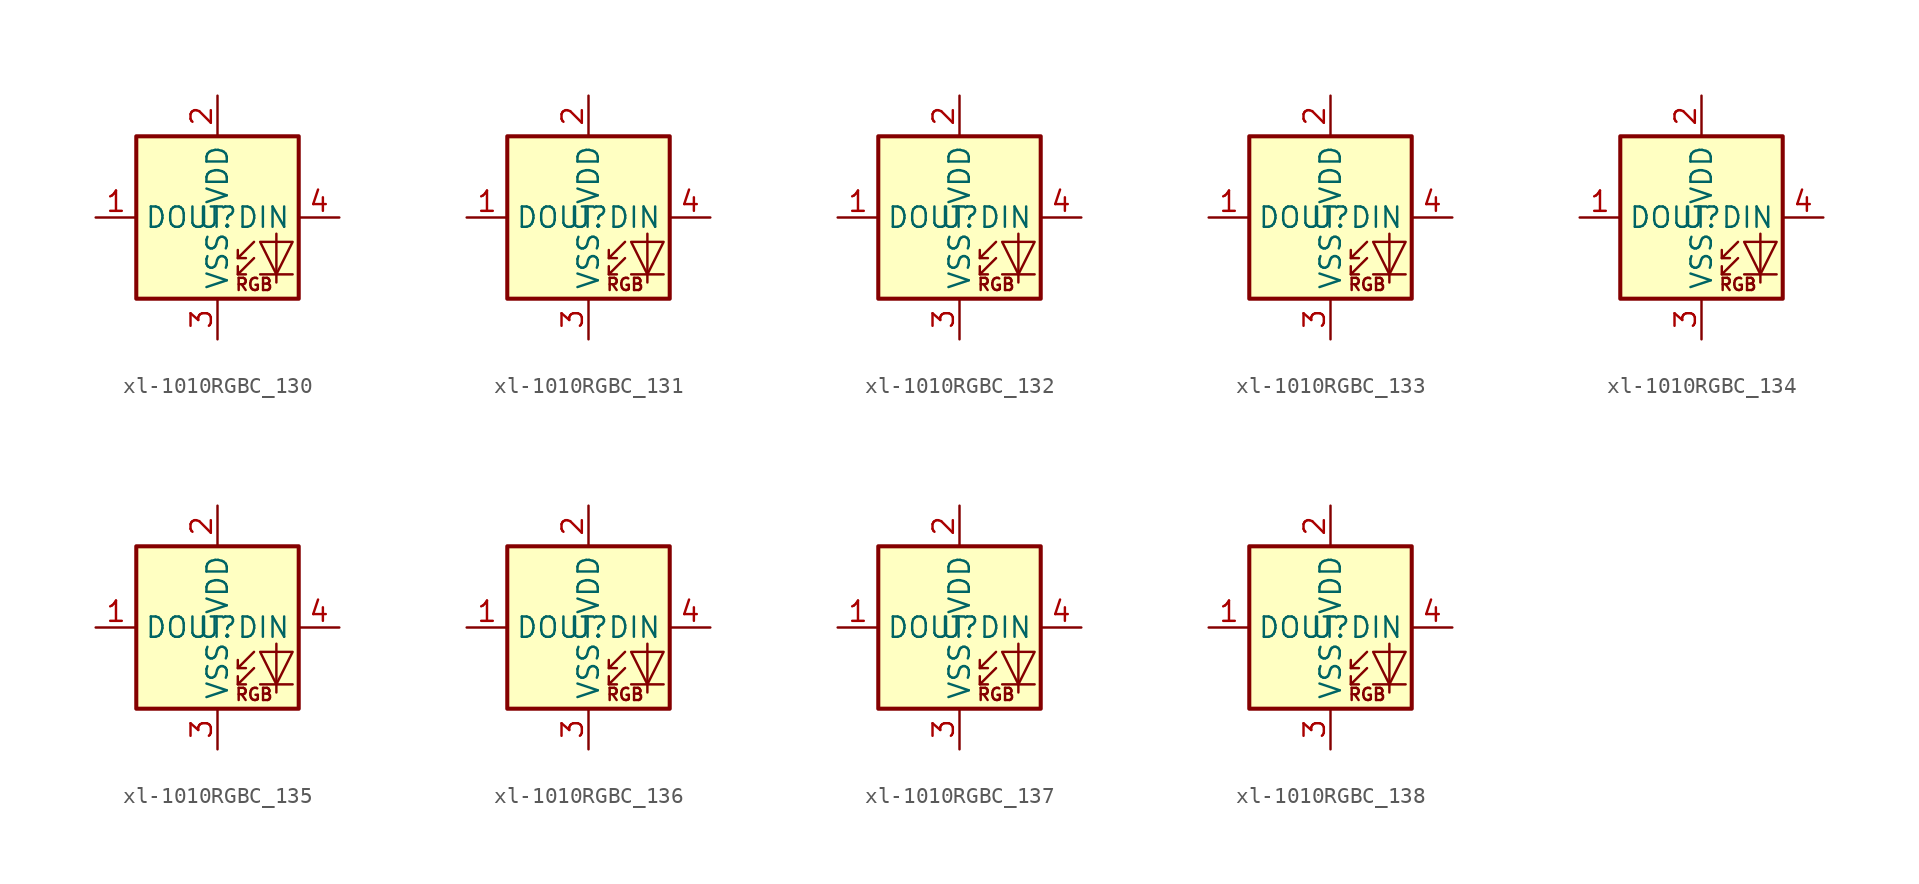
<source format=kicad_sym>
(kicad_symbol_lib
  (version 20231120)
  (generator "kicad_symbol_editor")
  (generator_version "8.0")
  (symbol "xl-1010RGBC_130"
    (property "Reference" "U"
      (at 0 0 0)
      (effects (font (size 1.27 1.27))))
    (property "Value" ""
      (at 0 0 0)
      (effects (font (size 1.27 1.27))))
    (symbol "xl-1010RGBC_130_0_0"
      (text "RGB" (at 2.286 -4.191 0) (effects (font (size 0.762 0.762)))))
    (symbol "xl-1010RGBC_130_0_1"
      (polyline (pts (xy 1.27 -3.556) (xy 1.778 -3.556)) (stroke (width 0) (type default)) (fill (type none)))
      (polyline (pts (xy 1.27 -2.54) (xy 1.778 -2.54)) (stroke (width 0) (type default)) (fill (type none)))
      (polyline (pts (xy 4.699 -3.556) (xy 2.667 -3.556)) (stroke (width 0) (type default)) (fill (type none)))
      (polyline (pts (xy 2.286 -2.54) (xy 1.27 -3.556) (xy 1.27 -3.048)) (stroke (width 0) (type default)) (fill (type none)))
      (polyline (pts (xy 2.286 -1.524) (xy 1.27 -2.54) (xy 1.27 -2.032)) (stroke (width 0) (type default)) (fill (type none)))
      (polyline (pts (xy 3.683 -1.016) (xy 3.683 -3.556) (xy 3.683 -4.064)) (stroke (width 0) (type default)) (fill (type none)))
      (polyline (pts (xy 4.699 -1.524) (xy 2.667 -1.524) (xy 3.683 -3.556) (xy 4.699 -1.524)) (stroke (width 0) (type default)) (fill (type none)))
      (rectangle (start 5.08 5.08) (end -5.08 -5.08) (stroke (width 0.254) (type default)) (fill (type background))))
    (symbol "xl-1010RGBC_130_1_1"
      (pin output line (at -7.62 0 0) (length 2.54) (name "DOUT" (effects (font (size 1.27 1.27)))) (number "1" (effects (font (size 1.27 1.27)))))
      (pin power_in line (at 0 7.62 270) (length 2.54) (name "VDD" (effects (font (size 1.27 1.27)))) (number "2" (effects (font (size 1.27 1.27)))))
      (pin power_in line (at 0 -7.62 90) (length 2.54) (name "VSS" (effects (font (size 1.27 1.27)))) (number "3" (effects (font (size 1.27 1.27)))))
      (pin input line (at 7.62 0 180) (length 2.54) (name "DIN" (effects (font (size 1.27 1.27)))) (number "4" (effects (font (size 1.27 1.27)))))))
  (symbol "xl-1010RGBC_131"
    (property "Reference" "U"
      (at 0 0 0)
      (effects (font (size 1.27 1.27))))
    (property "Value" ""
      (at 0 0 0)
      (effects (font (size 1.27 1.27))))
    (symbol "xl-1010RGBC_131_0_0"
      (text "RGB" (at 2.286 -4.191 0) (effects (font (size 0.762 0.762)))))
    (symbol "xl-1010RGBC_131_0_1"
      (polyline (pts (xy 1.27 -3.556) (xy 1.778 -3.556)) (stroke (width 0) (type default)) (fill (type none)))
      (polyline (pts (xy 1.27 -2.54) (xy 1.778 -2.54)) (stroke (width 0) (type default)) (fill (type none)))
      (polyline (pts (xy 4.699 -3.556) (xy 2.667 -3.556)) (stroke (width 0) (type default)) (fill (type none)))
      (polyline (pts (xy 2.286 -2.54) (xy 1.27 -3.556) (xy 1.27 -3.048)) (stroke (width 0) (type default)) (fill (type none)))
      (polyline (pts (xy 2.286 -1.524) (xy 1.27 -2.54) (xy 1.27 -2.032)) (stroke (width 0) (type default)) (fill (type none)))
      (polyline (pts (xy 3.683 -1.016) (xy 3.683 -3.556) (xy 3.683 -4.064)) (stroke (width 0) (type default)) (fill (type none)))
      (polyline (pts (xy 4.699 -1.524) (xy 2.667 -1.524) (xy 3.683 -3.556) (xy 4.699 -1.524)) (stroke (width 0) (type default)) (fill (type none)))
      (rectangle (start 5.08 5.08) (end -5.08 -5.08) (stroke (width 0.254) (type default)) (fill (type background))))
    (symbol "xl-1010RGBC_131_1_1"
      (pin output line (at -7.62 0 0) (length 2.54) (name "DOUT" (effects (font (size 1.27 1.27)))) (number "1" (effects (font (size 1.27 1.27)))))
      (pin power_in line (at 0 7.62 270) (length 2.54) (name "VDD" (effects (font (size 1.27 1.27)))) (number "2" (effects (font (size 1.27 1.27)))))
      (pin power_in line (at 0 -7.62 90) (length 2.54) (name "VSS" (effects (font (size 1.27 1.27)))) (number "3" (effects (font (size 1.27 1.27)))))
      (pin input line (at 7.62 0 180) (length 2.54) (name "DIN" (effects (font (size 1.27 1.27)))) (number "4" (effects (font (size 1.27 1.27)))))))
  (symbol "xl-1010RGBC_132"
    (property "Reference" "U"
      (at 0 0 0)
      (effects (font (size 1.27 1.27))))
    (property "Value" ""
      (at 0 0 0)
      (effects (font (size 1.27 1.27))))
    (symbol "xl-1010RGBC_132_0_0"
      (text "RGB" (at 2.286 -4.191 0) (effects (font (size 0.762 0.762)))))
    (symbol "xl-1010RGBC_132_0_1"
      (polyline (pts (xy 1.27 -3.556) (xy 1.778 -3.556)) (stroke (width 0) (type default)) (fill (type none)))
      (polyline (pts (xy 1.27 -2.54) (xy 1.778 -2.54)) (stroke (width 0) (type default)) (fill (type none)))
      (polyline (pts (xy 4.699 -3.556) (xy 2.667 -3.556)) (stroke (width 0) (type default)) (fill (type none)))
      (polyline (pts (xy 2.286 -2.54) (xy 1.27 -3.556) (xy 1.27 -3.048)) (stroke (width 0) (type default)) (fill (type none)))
      (polyline (pts (xy 2.286 -1.524) (xy 1.27 -2.54) (xy 1.27 -2.032)) (stroke (width 0) (type default)) (fill (type none)))
      (polyline (pts (xy 3.683 -1.016) (xy 3.683 -3.556) (xy 3.683 -4.064)) (stroke (width 0) (type default)) (fill (type none)))
      (polyline (pts (xy 4.699 -1.524) (xy 2.667 -1.524) (xy 3.683 -3.556) (xy 4.699 -1.524)) (stroke (width 0) (type default)) (fill (type none)))
      (rectangle (start 5.08 5.08) (end -5.08 -5.08) (stroke (width 0.254) (type default)) (fill (type background))))
    (symbol "xl-1010RGBC_132_1_1"
      (pin output line (at -7.62 0 0) (length 2.54) (name "DOUT" (effects (font (size 1.27 1.27)))) (number "1" (effects (font (size 1.27 1.27)))))
      (pin power_in line (at 0 7.62 270) (length 2.54) (name "VDD" (effects (font (size 1.27 1.27)))) (number "2" (effects (font (size 1.27 1.27)))))
      (pin power_in line (at 0 -7.62 90) (length 2.54) (name "VSS" (effects (font (size 1.27 1.27)))) (number "3" (effects (font (size 1.27 1.27)))))
      (pin input line (at 7.62 0 180) (length 2.54) (name "DIN" (effects (font (size 1.27 1.27)))) (number "4" (effects (font (size 1.27 1.27)))))))
  (symbol "xl-1010RGBC_133"
    (property "Reference" "U"
      (at 0 0 0)
      (effects (font (size 1.27 1.27))))
    (property "Value" ""
      (at 0 0 0)
      (effects (font (size 1.27 1.27))))
    (symbol "xl-1010RGBC_133_0_0"
      (text "RGB" (at 2.286 -4.191 0) (effects (font (size 0.762 0.762)))))
    (symbol "xl-1010RGBC_133_0_1"
      (polyline (pts (xy 1.27 -3.556) (xy 1.778 -3.556)) (stroke (width 0) (type default)) (fill (type none)))
      (polyline (pts (xy 1.27 -2.54) (xy 1.778 -2.54)) (stroke (width 0) (type default)) (fill (type none)))
      (polyline (pts (xy 4.699 -3.556) (xy 2.667 -3.556)) (stroke (width 0) (type default)) (fill (type none)))
      (polyline (pts (xy 2.286 -2.54) (xy 1.27 -3.556) (xy 1.27 -3.048)) (stroke (width 0) (type default)) (fill (type none)))
      (polyline (pts (xy 2.286 -1.524) (xy 1.27 -2.54) (xy 1.27 -2.032)) (stroke (width 0) (type default)) (fill (type none)))
      (polyline (pts (xy 3.683 -1.016) (xy 3.683 -3.556) (xy 3.683 -4.064)) (stroke (width 0) (type default)) (fill (type none)))
      (polyline (pts (xy 4.699 -1.524) (xy 2.667 -1.524) (xy 3.683 -3.556) (xy 4.699 -1.524)) (stroke (width 0) (type default)) (fill (type none)))
      (rectangle (start 5.08 5.08) (end -5.08 -5.08) (stroke (width 0.254) (type default)) (fill (type background))))
    (symbol "xl-1010RGBC_133_1_1"
      (pin output line (at -7.62 0 0) (length 2.54) (name "DOUT" (effects (font (size 1.27 1.27)))) (number "1" (effects (font (size 1.27 1.27)))))
      (pin power_in line (at 0 7.62 270) (length 2.54) (name "VDD" (effects (font (size 1.27 1.27)))) (number "2" (effects (font (size 1.27 1.27)))))
      (pin power_in line (at 0 -7.62 90) (length 2.54) (name "VSS" (effects (font (size 1.27 1.27)))) (number "3" (effects (font (size 1.27 1.27)))))
      (pin input line (at 7.62 0 180) (length 2.54) (name "DIN" (effects (font (size 1.27 1.27)))) (number "4" (effects (font (size 1.27 1.27)))))))
  (symbol "xl-1010RGBC_134"
    (property "Reference" "U"
      (at 0 0 0)
      (effects (font (size 1.27 1.27))))
    (property "Value" ""
      (at 0 0 0)
      (effects (font (size 1.27 1.27))))
    (symbol "xl-1010RGBC_134_0_0"
      (text "RGB" (at 2.286 -4.191 0) (effects (font (size 0.762 0.762)))))
    (symbol "xl-1010RGBC_134_0_1"
      (polyline (pts (xy 1.27 -3.556) (xy 1.778 -3.556)) (stroke (width 0) (type default)) (fill (type none)))
      (polyline (pts (xy 1.27 -2.54) (xy 1.778 -2.54)) (stroke (width 0) (type default)) (fill (type none)))
      (polyline (pts (xy 4.699 -3.556) (xy 2.667 -3.556)) (stroke (width 0) (type default)) (fill (type none)))
      (polyline (pts (xy 2.286 -2.54) (xy 1.27 -3.556) (xy 1.27 -3.048)) (stroke (width 0) (type default)) (fill (type none)))
      (polyline (pts (xy 2.286 -1.524) (xy 1.27 -2.54) (xy 1.27 -2.032)) (stroke (width 0) (type default)) (fill (type none)))
      (polyline (pts (xy 3.683 -1.016) (xy 3.683 -3.556) (xy 3.683 -4.064)) (stroke (width 0) (type default)) (fill (type none)))
      (polyline (pts (xy 4.699 -1.524) (xy 2.667 -1.524) (xy 3.683 -3.556) (xy 4.699 -1.524)) (stroke (width 0) (type default)) (fill (type none)))
      (rectangle (start 5.08 5.08) (end -5.08 -5.08) (stroke (width 0.254) (type default)) (fill (type background))))
    (symbol "xl-1010RGBC_134_1_1"
      (pin output line (at -7.62 0 0) (length 2.54) (name "DOUT" (effects (font (size 1.27 1.27)))) (number "1" (effects (font (size 1.27 1.27)))))
      (pin power_in line (at 0 7.62 270) (length 2.54) (name "VDD" (effects (font (size 1.27 1.27)))) (number "2" (effects (font (size 1.27 1.27)))))
      (pin power_in line (at 0 -7.62 90) (length 2.54) (name "VSS" (effects (font (size 1.27 1.27)))) (number "3" (effects (font (size 1.27 1.27)))))
      (pin input line (at 7.62 0 180) (length 2.54) (name "DIN" (effects (font (size 1.27 1.27)))) (number "4" (effects (font (size 1.27 1.27)))))))
  (symbol "xl-1010RGBC_135"
    (property "Reference" "U"
      (at 0 0 0)
      (effects (font (size 1.27 1.27))))
    (property "Value" ""
      (at 0 0 0)
      (effects (font (size 1.27 1.27))))
    (symbol "xl-1010RGBC_135_0_0"
      (text "RGB" (at 2.286 -4.191 0) (effects (font (size 0.762 0.762)))))
    (symbol "xl-1010RGBC_135_0_1"
      (polyline (pts (xy 1.27 -3.556) (xy 1.778 -3.556)) (stroke (width 0) (type default)) (fill (type none)))
      (polyline (pts (xy 1.27 -2.54) (xy 1.778 -2.54)) (stroke (width 0) (type default)) (fill (type none)))
      (polyline (pts (xy 4.699 -3.556) (xy 2.667 -3.556)) (stroke (width 0) (type default)) (fill (type none)))
      (polyline (pts (xy 2.286 -2.54) (xy 1.27 -3.556) (xy 1.27 -3.048)) (stroke (width 0) (type default)) (fill (type none)))
      (polyline (pts (xy 2.286 -1.524) (xy 1.27 -2.54) (xy 1.27 -2.032)) (stroke (width 0) (type default)) (fill (type none)))
      (polyline (pts (xy 3.683 -1.016) (xy 3.683 -3.556) (xy 3.683 -4.064)) (stroke (width 0) (type default)) (fill (type none)))
      (polyline (pts (xy 4.699 -1.524) (xy 2.667 -1.524) (xy 3.683 -3.556) (xy 4.699 -1.524)) (stroke (width 0) (type default)) (fill (type none)))
      (rectangle (start 5.08 5.08) (end -5.08 -5.08) (stroke (width 0.254) (type default)) (fill (type background))))
    (symbol "xl-1010RGBC_135_1_1"
      (pin output line (at -7.62 0 0) (length 2.54) (name "DOUT" (effects (font (size 1.27 1.27)))) (number "1" (effects (font (size 1.27 1.27)))))
      (pin power_in line (at 0 7.62 270) (length 2.54) (name "VDD" (effects (font (size 1.27 1.27)))) (number "2" (effects (font (size 1.27 1.27)))))
      (pin power_in line (at 0 -7.62 90) (length 2.54) (name "VSS" (effects (font (size 1.27 1.27)))) (number "3" (effects (font (size 1.27 1.27)))))
      (pin input line (at 7.62 0 180) (length 2.54) (name "DIN" (effects (font (size 1.27 1.27)))) (number "4" (effects (font (size 1.27 1.27)))))))
  (symbol "xl-1010RGBC_136"
    (property "Reference" "U"
      (at 0 0 0)
      (effects (font (size 1.27 1.27))))
    (property "Value" ""
      (at 0 0 0)
      (effects (font (size 1.27 1.27))))
    (symbol "xl-1010RGBC_136_0_0"
      (text "RGB" (at 2.286 -4.191 0) (effects (font (size 0.762 0.762)))))
    (symbol "xl-1010RGBC_136_0_1"
      (polyline (pts (xy 1.27 -3.556) (xy 1.778 -3.556)) (stroke (width 0) (type default)) (fill (type none)))
      (polyline (pts (xy 1.27 -2.54) (xy 1.778 -2.54)) (stroke (width 0) (type default)) (fill (type none)))
      (polyline (pts (xy 4.699 -3.556) (xy 2.667 -3.556)) (stroke (width 0) (type default)) (fill (type none)))
      (polyline (pts (xy 2.286 -2.54) (xy 1.27 -3.556) (xy 1.27 -3.048)) (stroke (width 0) (type default)) (fill (type none)))
      (polyline (pts (xy 2.286 -1.524) (xy 1.27 -2.54) (xy 1.27 -2.032)) (stroke (width 0) (type default)) (fill (type none)))
      (polyline (pts (xy 3.683 -1.016) (xy 3.683 -3.556) (xy 3.683 -4.064)) (stroke (width 0) (type default)) (fill (type none)))
      (polyline (pts (xy 4.699 -1.524) (xy 2.667 -1.524) (xy 3.683 -3.556) (xy 4.699 -1.524)) (stroke (width 0) (type default)) (fill (type none)))
      (rectangle (start 5.08 5.08) (end -5.08 -5.08) (stroke (width 0.254) (type default)) (fill (type background))))
    (symbol "xl-1010RGBC_136_1_1"
      (pin output line (at -7.62 0 0) (length 2.54) (name "DOUT" (effects (font (size 1.27 1.27)))) (number "1" (effects (font (size 1.27 1.27)))))
      (pin power_in line (at 0 7.62 270) (length 2.54) (name "VDD" (effects (font (size 1.27 1.27)))) (number "2" (effects (font (size 1.27 1.27)))))
      (pin power_in line (at 0 -7.62 90) (length 2.54) (name "VSS" (effects (font (size 1.27 1.27)))) (number "3" (effects (font (size 1.27 1.27)))))
      (pin input line (at 7.62 0 180) (length 2.54) (name "DIN" (effects (font (size 1.27 1.27)))) (number "4" (effects (font (size 1.27 1.27)))))))
  (symbol "xl-1010RGBC_137"
    (property "Reference" "U"
      (at 0 0 0)
      (effects (font (size 1.27 1.27))))
    (property "Value" ""
      (at 0 0 0)
      (effects (font (size 1.27 1.27))))
    (symbol "xl-1010RGBC_137_0_0"
      (text "RGB" (at 2.286 -4.191 0) (effects (font (size 0.762 0.762)))))
    (symbol "xl-1010RGBC_137_0_1"
      (polyline (pts (xy 1.27 -3.556) (xy 1.778 -3.556)) (stroke (width 0) (type default)) (fill (type none)))
      (polyline (pts (xy 1.27 -2.54) (xy 1.778 -2.54)) (stroke (width 0) (type default)) (fill (type none)))
      (polyline (pts (xy 4.699 -3.556) (xy 2.667 -3.556)) (stroke (width 0) (type default)) (fill (type none)))
      (polyline (pts (xy 2.286 -2.54) (xy 1.27 -3.556) (xy 1.27 -3.048)) (stroke (width 0) (type default)) (fill (type none)))
      (polyline (pts (xy 2.286 -1.524) (xy 1.27 -2.54) (xy 1.27 -2.032)) (stroke (width 0) (type default)) (fill (type none)))
      (polyline (pts (xy 3.683 -1.016) (xy 3.683 -3.556) (xy 3.683 -4.064)) (stroke (width 0) (type default)) (fill (type none)))
      (polyline (pts (xy 4.699 -1.524) (xy 2.667 -1.524) (xy 3.683 -3.556) (xy 4.699 -1.524)) (stroke (width 0) (type default)) (fill (type none)))
      (rectangle (start 5.08 5.08) (end -5.08 -5.08) (stroke (width 0.254) (type default)) (fill (type background))))
    (symbol "xl-1010RGBC_137_1_1"
      (pin output line (at -7.62 0 0) (length 2.54) (name "DOUT" (effects (font (size 1.27 1.27)))) (number "1" (effects (font (size 1.27 1.27)))))
      (pin power_in line (at 0 7.62 270) (length 2.54) (name "VDD" (effects (font (size 1.27 1.27)))) (number "2" (effects (font (size 1.27 1.27)))))
      (pin power_in line (at 0 -7.62 90) (length 2.54) (name "VSS" (effects (font (size 1.27 1.27)))) (number "3" (effects (font (size 1.27 1.27)))))
      (pin input line (at 7.62 0 180) (length 2.54) (name "DIN" (effects (font (size 1.27 1.27)))) (number "4" (effects (font (size 1.27 1.27)))))))
  (symbol "xl-1010RGBC_138"
    (property "Reference" "U"
      (at 0 0 0)
      (effects (font (size 1.27 1.27))))
    (property "Value" ""
      (at 0 0 0)
      (effects (font (size 1.27 1.27))))
    (symbol "xl-1010RGBC_138_0_0"
      (text "RGB" (at 2.286 -4.191 0) (effects (font (size 0.762 0.762)))))
    (symbol "xl-1010RGBC_138_0_1"
      (polyline (pts (xy 1.27 -3.556) (xy 1.778 -3.556)) (stroke (width 0) (type default)) (fill (type none)))
      (polyline (pts (xy 1.27 -2.54) (xy 1.778 -2.54)) (stroke (width 0) (type default)) (fill (type none)))
      (polyline (pts (xy 4.699 -3.556) (xy 2.667 -3.556)) (stroke (width 0) (type default)) (fill (type none)))
      (polyline (pts (xy 2.286 -2.54) (xy 1.27 -3.556) (xy 1.27 -3.048)) (stroke (width 0) (type default)) (fill (type none)))
      (polyline (pts (xy 2.286 -1.524) (xy 1.27 -2.54) (xy 1.27 -2.032)) (stroke (width 0) (type default)) (fill (type none)))
      (polyline (pts (xy 3.683 -1.016) (xy 3.683 -3.556) (xy 3.683 -4.064)) (stroke (width 0) (type default)) (fill (type none)))
      (polyline (pts (xy 4.699 -1.524) (xy 2.667 -1.524) (xy 3.683 -3.556) (xy 4.699 -1.524)) (stroke (width 0) (type default)) (fill (type none)))
      (rectangle (start 5.08 5.08) (end -5.08 -5.08) (stroke (width 0.254) (type default)) (fill (type background))))
    (symbol "xl-1010RGBC_138_1_1"
      (pin output line (at -7.62 0 0) (length 2.54) (name "DOUT" (effects (font (size 1.27 1.27)))) (number "1" (effects (font (size 1.27 1.27)))))
      (pin power_in line (at 0 7.62 270) (length 2.54) (name "VDD" (effects (font (size 1.27 1.27)))) (number "2" (effects (font (size 1.27 1.27)))))
      (pin power_in line (at 0 -7.62 90) (length 2.54) (name "VSS" (effects (font (size 1.27 1.27)))) (number "3" (effects (font (size 1.27 1.27)))))
      (pin input line (at 7.62 0 180) (length 2.54) (name "DIN" (effects (font (size 1.27 1.27)))) (number "4" (effects (font (size 1.27 1.27))))))))
</source>
